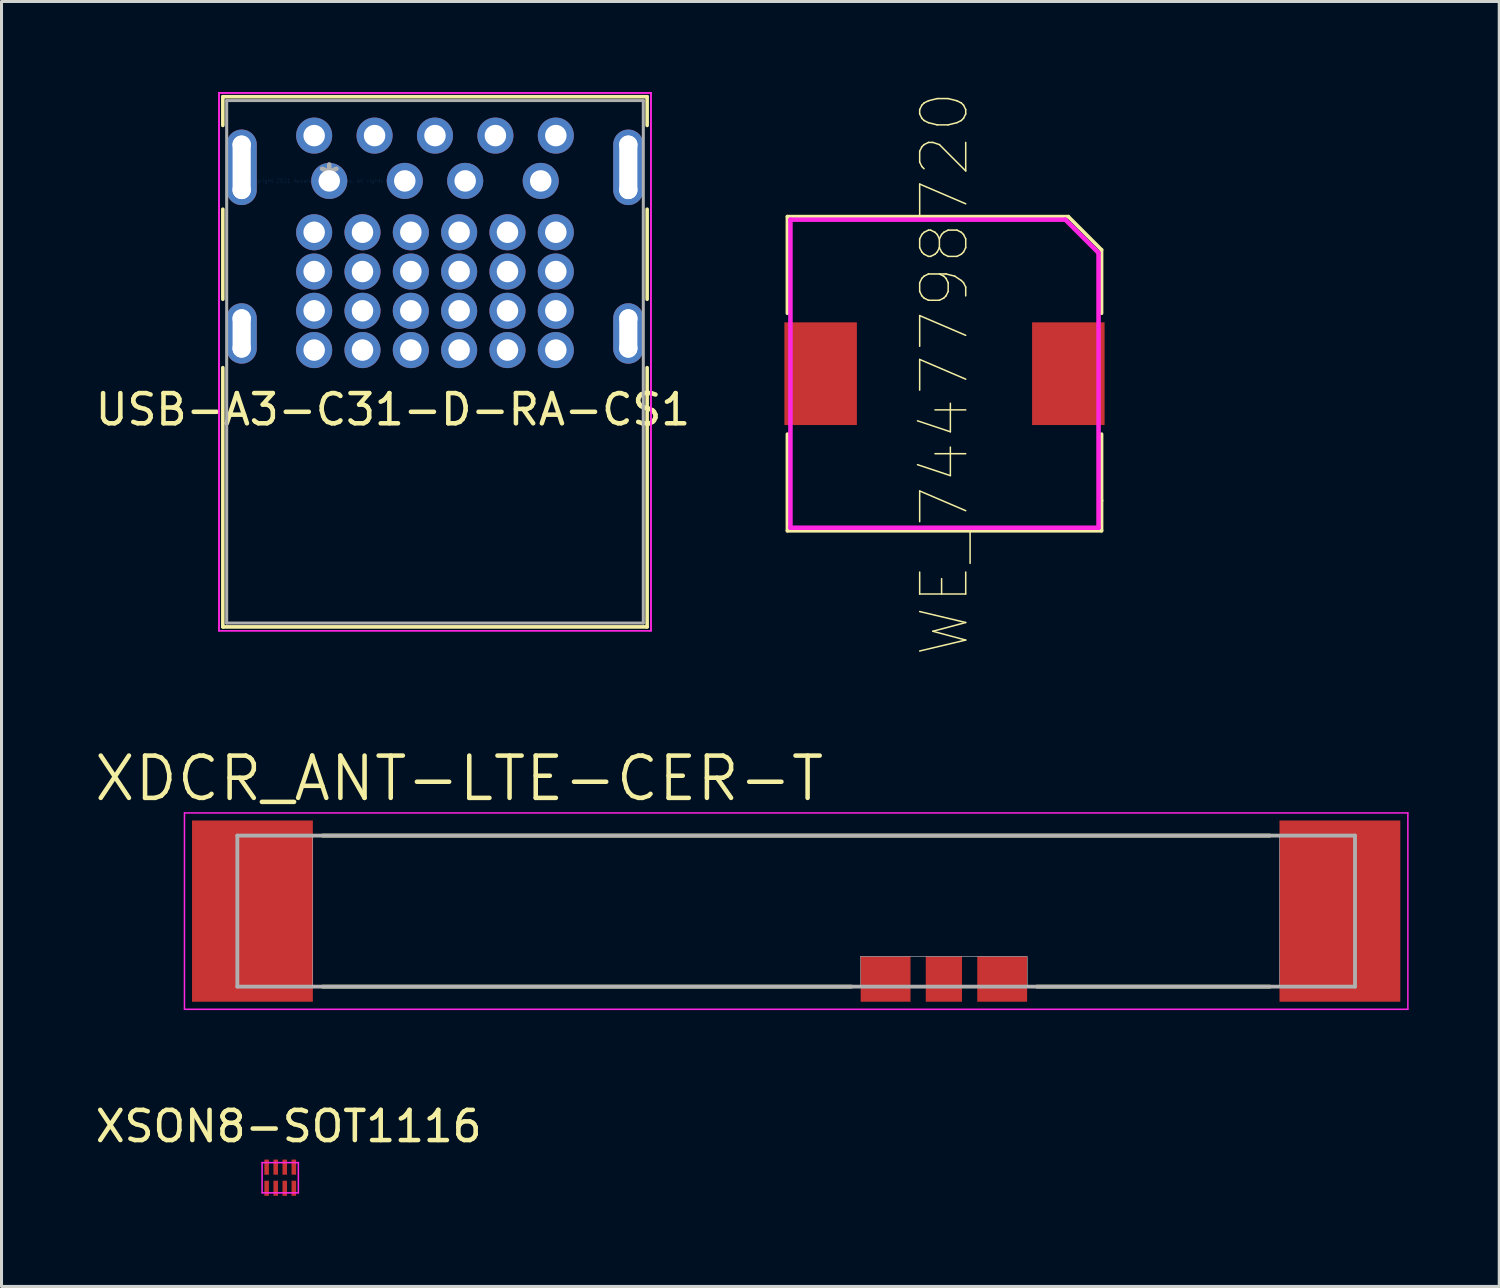
<source format=kicad_pcb>
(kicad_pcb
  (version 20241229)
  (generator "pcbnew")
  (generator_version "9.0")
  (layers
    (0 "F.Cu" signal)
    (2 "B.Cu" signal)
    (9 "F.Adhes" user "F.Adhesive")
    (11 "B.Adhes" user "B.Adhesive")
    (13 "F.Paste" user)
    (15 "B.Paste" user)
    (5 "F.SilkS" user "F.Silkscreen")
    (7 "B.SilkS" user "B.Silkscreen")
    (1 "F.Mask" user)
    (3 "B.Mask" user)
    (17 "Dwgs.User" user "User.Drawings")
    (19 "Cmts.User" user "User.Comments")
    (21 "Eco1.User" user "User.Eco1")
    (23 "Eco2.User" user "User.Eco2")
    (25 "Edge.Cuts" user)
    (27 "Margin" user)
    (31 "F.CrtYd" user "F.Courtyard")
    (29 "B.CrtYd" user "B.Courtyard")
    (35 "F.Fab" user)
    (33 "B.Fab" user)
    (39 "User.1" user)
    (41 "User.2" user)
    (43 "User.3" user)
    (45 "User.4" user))
  (footprint "WE_7447798720"
    (layer "F.Cu")
    (at 28.217 9.321)
    (property "Reference" "WE_7447798720" (at 0 0 90) (layer "F.SilkS") (effects (font (size 1.524 1.524) (thickness 0.05))))
    (attr smd)
    (fp_line (start -5.2 -5.2) (end 4.1 -5.2) (stroke (width 0.12) (type solid)) (layer "F.SilkS"))
    (fp_line (start -5.2 -2) (end -5.2 -5.2) (stroke (width 0.12) (type solid)) (layer "F.SilkS"))
    (fp_line (start -5.2 5.2) (end -5.2 2) (stroke (width 0.12) (type solid)) (layer "F.SilkS"))
    (fp_line (start 4.1 -5.2) (end 5.2 -4.1) (stroke (width 0.12) (type solid)) (layer "F.SilkS"))
    (fp_line (start 5.2 -4.1) (end 5.2 -2) (stroke (width 0.12) (type solid)) (layer "F.SilkS"))
    (fp_line (start 5.2 2) (end 5.2 4.2) (stroke (width 0.12) (type solid)) (layer "F.SilkS"))
    (fp_line (start 5.2 4.2) (end 5.2 5.2) (stroke (width 0.12) (type solid)) (layer "F.SilkS"))
    (fp_line (start 5.2 5.2) (end -5.2 5.2) (stroke (width 0.12) (type solid)) (layer "F.SilkS"))
    (fp_line (start -5.1 -5.1) (end -5.1 5.1) (stroke (width 0.15) (type solid)) (layer "F.CrtYd"))
    (fp_line (start -5.1 -5.1) (end 4 -5.1) (stroke (width 0.15) (type solid)) (layer "F.CrtYd"))
    (fp_line (start 5.1 -4) (end 4 -5.1) (stroke (width 0.15) (type solid)) (layer "F.CrtYd"))
    (fp_line (start 5.1 -4) (end 5.1 5.1) (stroke (width 0.15) (type solid)) (layer "F.CrtYd"))
    (fp_line (start 5.1 5.1) (end -5.1 5.1) (stroke (width 0.15) (type solid)) (layer "F.CrtYd"))
    (pad "1" smd rect (at -4.1 0 90) (size 3.4 2.4) (layers "F.Cu" "F.Mask" "F.Paste"))
    (pad "2" smd rect (at 4.1 0 90) (size 3.4 2.4) (layers "F.Cu" "F.Mask" "F.Paste")))
  (footprint "XDCR_ANT-LTE-CER-T"
    (layer "F.Cu")
    (at 23.307 27.112)
    (property "Reference" "XDCR_ANT-LTE-CER-T" (at -11.155 -4.389 0) (layer "F.SilkS") (effects (font (size 1.4 1.4) (thickness 0.15))))
    (attr through_hole)
    (fp_line (start -15.68 -2.5) (end 15.68 -2.5) (stroke (width 0.127) (type solid)) (layer "F.SilkS"))
    (fp_line (start 1.83 2.5) (end -15.68 2.5) (stroke (width 0.127) (type solid)) (layer "F.SilkS"))
    (fp_line (start 15.68 2.5) (end 7.97 2.5) (stroke (width 0.127) (type solid)) (layer "F.SilkS"))
    (fp_poly (pts (xy -16 2.5) (xy -16 -2.5) (xy 16 -2.5) (xy 16 2.5) (xy 7.65 2.5) (xy 7.65 1.5) (xy 2.12 1.5) (xy 2.12 2.5)) (stroke (width 0.01) (type solid)) (fill no) (layer "Dwgs.User"))
    (fp_poly (pts (xy -16 2.5) (xy -16 -2.5) (xy 16 -2.5) (xy 16 2.5) (xy 7.65 2.5) (xy 7.65 1.5) (xy 2.12 1.5) (xy 2.12 2.5)) (stroke (width 0.01) (type solid)) (fill no) (layer "Dwgs.User"))
    (fp_line (start -20.25 -3.25) (end 20.25 -3.25) (stroke (width 0.05) (type solid)) (layer "F.CrtYd"))
    (fp_line (start -20.25 3.25) (end -20.25 -3.25) (stroke (width 0.05) (type solid)) (layer "F.CrtYd"))
    (fp_line (start 20.25 -3.25) (end 20.25 3.25) (stroke (width 0.05) (type solid)) (layer "F.CrtYd"))
    (fp_line (start 20.25 3.25) (end -20.25 3.25) (stroke (width 0.05) (type solid)) (layer "F.CrtYd"))
    (fp_line (start -18.5 -2.5) (end 18.5 -2.5) (stroke (width 0.127) (type solid)) (layer "F.Fab"))
    (fp_line (start -18.5 2.5) (end -18.5 -2.5) (stroke (width 0.127) (type solid)) (layer "F.Fab"))
    (fp_line (start 18.5 -2.5) (end 18.5 2.5) (stroke (width 0.127) (type solid)) (layer "F.Fab"))
    (fp_line (start 18.5 2.5) (end -18.5 2.5) (stroke (width 0.127) (type solid)) (layer "F.Fab"))
    (pad "1" smd rect (at 4.89 2.25) (size 1.2 1.5) (layers "F.Cu" "F.Mask" "F.Paste"))
    (pad "2" smd rect (at 2.96 2.25) (size 1.65 1.5) (layers "F.Cu" "F.Mask" "F.Paste"))
    (pad "3" smd rect (at 6.82 2.25) (size 1.65 1.5) (layers "F.Cu" "F.Mask" "F.Paste"))
    (pad "4" smd rect (at -18 0) (size 4 6) (layers "F.Cu" "F.Mask" "F.Paste"))
    (pad "5" smd rect (at 18 0) (size 4 6) (layers "F.Cu" "F.Mask" "F.Paste")))
  (footprint "USB-A3-C31-D-RA-CS1"
    (layer "F.Cu")
    (at 7.85 2.939)
    (property "Reference" "USB-A3-C31-D-RA-CS1" (at 2.108 7.569 0) (layer "F.SilkS") (effects (font (size 1 1) (thickness 0.15))))
    (attr through_hole)
    (fp_line (start -3.523 -2.787) (end -3.523 -1.837) (stroke (width 0.12) (type solid)) (layer "F.SilkS"))
    (fp_line (start -3.523 0.937) (end -3.523 3.917) (stroke (width 0.12) (type solid)) (layer "F.SilkS"))
    (fp_line (start -3.523 6.183) (end -3.523 14.764) (stroke (width 0.12) (type solid)) (layer "F.SilkS"))
    (fp_line (start -3.523 14.764) (end 10.523 14.764) (stroke (width 0.12) (type solid)) (layer "F.SilkS"))
    (fp_line (start 10.523 -2.787) (end -3.523 -2.787) (stroke (width 0.12) (type solid)) (layer "F.SilkS"))
    (fp_line (start 10.523 -1.837) (end 10.523 -2.787) (stroke (width 0.12) (type solid)) (layer "F.SilkS"))
    (fp_line (start 10.523 3.917) (end 10.523 0.937) (stroke (width 0.12) (type solid)) (layer "F.SilkS"))
    (fp_line (start 10.523 14.764) (end 10.523 6.183) (stroke (width 0.12) (type solid)) (layer "F.SilkS"))
    (fp_line (start -3.65 -2.914) (end -3.65 14.891) (stroke (width 0.05) (type solid)) (layer "F.CrtYd"))
    (fp_line (start -3.65 -2.914) (end -3.65 14.891) (stroke (width 0.05) (type solid)) (layer "F.CrtYd"))
    (fp_line (start -3.65 14.891) (end 10.65 14.891) (stroke (width 0.05) (type solid)) (layer "F.CrtYd"))
    (fp_line (start -3.65 14.891) (end 10.65 14.891) (stroke (width 0.05) (type solid)) (layer "F.CrtYd"))
    (fp_line (start 10.65 -2.914) (end -3.65 -2.914) (stroke (width 0.05) (type solid)) (layer "F.CrtYd"))
    (fp_line (start 10.65 -2.914) (end -3.65 -2.914) (stroke (width 0.05) (type solid)) (layer "F.CrtYd"))
    (fp_line (start 10.65 14.891) (end 10.65 -2.914) (stroke (width 0.05) (type solid)) (layer "F.CrtYd"))
    (fp_line (start 10.65 14.891) (end 10.65 -2.914) (stroke (width 0.05) (type solid)) (layer "F.CrtYd"))
    (fp_line (start -3.396 -2.66) (end -3.396 14.637) (stroke (width 0.1) (type solid)) (layer "F.Fab"))
    (fp_line (start -3.396 14.637) (end 10.396 14.637) (stroke (width 0.1) (type solid)) (layer "F.Fab"))
    (fp_line (start 10.396 -2.66) (end -3.396 -2.66) (stroke (width 0.1) (type solid)) (layer "F.Fab"))
    (fp_line (start 10.396 14.637) (end 10.396 -2.66) (stroke (width 0.1) (type solid)) (layer "F.Fab"))
    (fp_text user "Copyright 2021 Accelerated Designs. All rights reserved." (at 0 0 0) (layer "Cmts.User") (effects (font (size 0.127 0.127) (thickness 0.002))))
    (fp_text user "*" (at 0 0 0) (layer "F.Fab") (effects (font (size 1 1) (thickness 0.15))))
    (pad "" np_thru_hole circle (at -2.9 -1.199) (size 0.61 0.61) (drill 0.61) (layers "*.Cu" "*.Mask"))
    (pad "" np_thru_hole circle (at -2.9 0.299) (size 0.61 0.61) (drill 0.61) (layers "*.Cu" "*.Mask"))
    (pad "" np_thru_hole circle (at -2.9 4.555) (size 0.61 0.61) (drill 0.61) (layers "*.Cu" "*.Mask"))
    (pad "" np_thru_hole circle (at -2.9 5.545) (size 0.61 0.61) (drill 0.61) (layers "*.Cu" "*.Mask"))
    (pad "" np_thru_hole circle (at 9.9 -1.199) (size 0.61 0.61) (drill 0.61) (layers "*.Cu" "*.Mask"))
    (pad "" np_thru_hole circle (at 9.9 0.299) (size 0.61 0.61) (drill 0.61) (layers "*.Cu" "*.Mask"))
    (pad "" np_thru_hole circle (at 9.9 4.555) (size 0.61 0.61) (drill 0.61) (layers "*.Cu" "*.Mask"))
    (pad "" np_thru_hole circle (at 9.9 5.545) (size 0.61 0.61) (drill 0.61) (layers "*.Cu" "*.Mask"))
    (pad "1" thru_hole circle (at 0 0) (size 1.194 1.194) (drill 0.711) (layers "*.Cu" "*.Mask"))
    (pad "2" thru_hole circle (at 2.5 0) (size 1.194 1.194) (drill 0.711) (layers "*.Cu" "*.Mask"))
    (pad "3" thru_hole circle (at 4.5 0) (size 1.194 1.194) (drill 0.711) (layers "*.Cu" "*.Mask"))
    (pad "4" thru_hole circle (at 7 0) (size 1.194 1.194) (drill 0.711) (layers "*.Cu" "*.Mask"))
    (pad "5" thru_hole circle (at 7.5 -1.5) (size 1.194 1.194) (drill 0.711) (layers "*.Cu" "*.Mask"))
    (pad "6" thru_hole circle (at 5.5 -1.5) (size 1.194 1.194) (drill 0.711) (layers "*.Cu" "*.Mask"))
    (pad "7" thru_hole circle (at 3.5 -1.5) (size 1.194 1.194) (drill 0.711) (layers "*.Cu" "*.Mask"))
    (pad "8" thru_hole circle (at 1.5 -1.5) (size 1.194 1.194) (drill 0.711) (layers "*.Cu" "*.Mask"))
    (pad "9" thru_hole circle (at -0.5 -1.5) (size 1.194 1.194) (drill 0.711) (layers "*.Cu" "*.Mask"))
    (pad "34" thru_hole oval (at -2.9 -0.45) (size 1 2.5) (drill oval 0.6 2.1) (layers "*.Cu" "*.Mask"))
    (pad "35" thru_hole oval (at 9.9 -0.45) (size 1 2.5) (drill oval 0.6 2.1) (layers "*.Cu" "*.Mask"))
    (pad "36" thru_hole oval (at -2.9 5.05) (size 1 2) (drill oval 0.6 1.6) (layers "*.Cu" "*.Mask"))
    (pad "37" thru_hole oval (at 9.9 5.05) (size 1 2) (drill oval 0.6 1.6) (layers "*.Cu" "*.Mask"))
    (pad "A1" thru_hole circle (at -0.5 4.3) (size 1.194 1.194) (drill 0.711) (layers "*.Cu" "*.Mask"))
    (pad "A2" thru_hole circle (at -0.5 5.6) (size 1.194 1.194) (drill 0.711) (layers "*.Cu" "*.Mask"))
    (pad "A3" thru_hole circle (at 1.1 5.6) (size 1.194 1.194) (drill 0.711) (layers "*.Cu" "*.Mask"))
    (pad "A4" thru_hole circle (at 1.1 4.3) (size 1.194 1.194) (drill 0.711) (layers "*.Cu" "*.Mask"))
    (pad "A5" thru_hole circle (at 2.7 3) (size 1.194 1.194) (drill 0.711) (layers "*.Cu" "*.Mask"))
    (pad "A6" thru_hole circle (at 2.7 4.3) (size 1.194 1.194) (drill 0.711) (layers "*.Cu" "*.Mask"))
    (pad "A7" thru_hole circle (at 4.3 4.3) (size 1.194 1.194) (drill 0.711) (layers "*.Cu" "*.Mask"))
    (pad "A8" thru_hole circle (at 4.3 3) (size 1.194 1.194) (drill 0.711) (layers "*.Cu" "*.Mask"))
    (pad "A9" thru_hole circle (at 5.9 4.3) (size 1.194 1.194) (drill 0.711) (layers "*.Cu" "*.Mask"))
    (pad "A10" thru_hole circle (at 5.9 5.6) (size 1.194 1.194) (drill 0.711) (layers "*.Cu" "*.Mask"))
    (pad "A11" thru_hole circle (at 7.5 5.6) (size 1.194 1.194) (drill 0.711) (layers "*.Cu" "*.Mask"))
    (pad "A12" thru_hole circle (at 7.5 4.3) (size 1.194 1.194) (drill 0.711) (layers "*.Cu" "*.Mask"))
    (pad "B1" thru_hole circle (at 7.5 3) (size 1.194 1.194) (drill 0.711) (layers "*.Cu" "*.Mask"))
    (pad "B2" thru_hole circle (at 7.5 1.7) (size 1.194 1.194) (drill 0.711) (layers "*.Cu" "*.Mask"))
    (pad "B3" thru_hole circle (at 5.9 1.7) (size 1.194 1.194) (drill 0.711) (layers "*.Cu" "*.Mask"))
    (pad "B4" thru_hole circle (at 5.9 3) (size 1.194 1.194) (drill 0.711) (layers "*.Cu" "*.Mask"))
    (pad "B5" thru_hole circle (at 4.3 1.7) (size 1.194 1.194) (drill 0.711) (layers "*.Cu" "*.Mask"))
    (pad "B6" thru_hole circle (at 4.3 5.6) (size 1.194 1.194) (drill 0.711) (layers "*.Cu" "*.Mask"))
    (pad "B7" thru_hole circle (at 2.7 5.6) (size 1.194 1.194) (drill 0.711) (layers "*.Cu" "*.Mask"))
    (pad "B8" thru_hole circle (at 2.7 1.7) (size 1.194 1.194) (drill 0.711) (layers "*.Cu" "*.Mask"))
    (pad "B9" thru_hole circle (at 1.1 3) (size 1.194 1.194) (drill 0.711) (layers "*.Cu" "*.Mask"))
    (pad "B10" thru_hole circle (at 1.1 1.7) (size 1.194 1.194) (drill 0.711) (layers "*.Cu" "*.Mask"))
    (pad "B11" thru_hole circle (at -0.5 1.7) (size 1.194 1.194) (drill 0.711) (layers "*.Cu" "*.Mask"))
    (pad "B12" thru_hole circle (at -0.5 3) (size 1.194 1.194) (drill 0.711) (layers "*.Cu" "*.Mask")))
  (footprint "XSON8-SOT1116"
    (layer "F.Cu")
    (at 6.227 35.938)
    (property "Reference" "XSON8-SOT1116" (at 0.279 -1.702 180) (layer "F.SilkS") (effects (font (size 1 1) (thickness 0.15))))
    (attr smd)
    (fp_line (start -0.6 -0.5) (end 0.6 -0.5) (stroke (width 0.05) (type solid)) (layer "F.CrtYd"))
    (fp_line (start -0.6 0.5) (end -0.6 -0.5) (stroke (width 0.05) (type solid)) (layer "F.CrtYd"))
    (fp_line (start 0.6 -0.5) (end 0.6 0.5) (stroke (width 0.05) (type solid)) (layer "F.CrtYd"))
    (fp_line (start 0.6 0.5) (end -0.6 0.5) (stroke (width 0.05) (type solid)) (layer "F.CrtYd"))
    (pad "1" smd rect (at -0.45 0.35) (size 0.15 0.5) (layers "F.Cu" "F.Mask" "F.Paste"))
    (pad "2" smd rect (at -0.15 0.35) (size 0.15 0.5) (layers "F.Cu" "F.Mask" "F.Paste"))
    (pad "3" smd rect (at 0.15 0.35) (size 0.15 0.5) (layers "F.Cu" "F.Mask" "F.Paste"))
    (pad "4" smd rect (at 0.45 0.35) (size 0.15 0.5) (layers "F.Cu" "F.Mask" "F.Paste"))
    (pad "5" smd rect (at 0.45 -0.35) (size 0.15 0.5) (layers "F.Cu" "F.Mask" "F.Paste"))
    (pad "6" smd rect (at 0.15 -0.35) (size 0.15 0.5) (layers "F.Cu" "F.Mask" "F.Paste"))
    (pad "7" smd rect (at -0.15 -0.35) (size 0.15 0.5) (layers "F.Cu" "F.Mask" "F.Paste"))
    (pad "8" smd rect (at -0.45 -0.35) (size 0.15 0.5) (layers "F.Cu" "F.Mask" "F.Paste")))
  (gr_rect
    (start -3 -3)
    (end 46.582 39.538)
    (stroke (width 0.1) (type default))
    (fill no)
    (layer "Edge.Cuts")))
</source>
